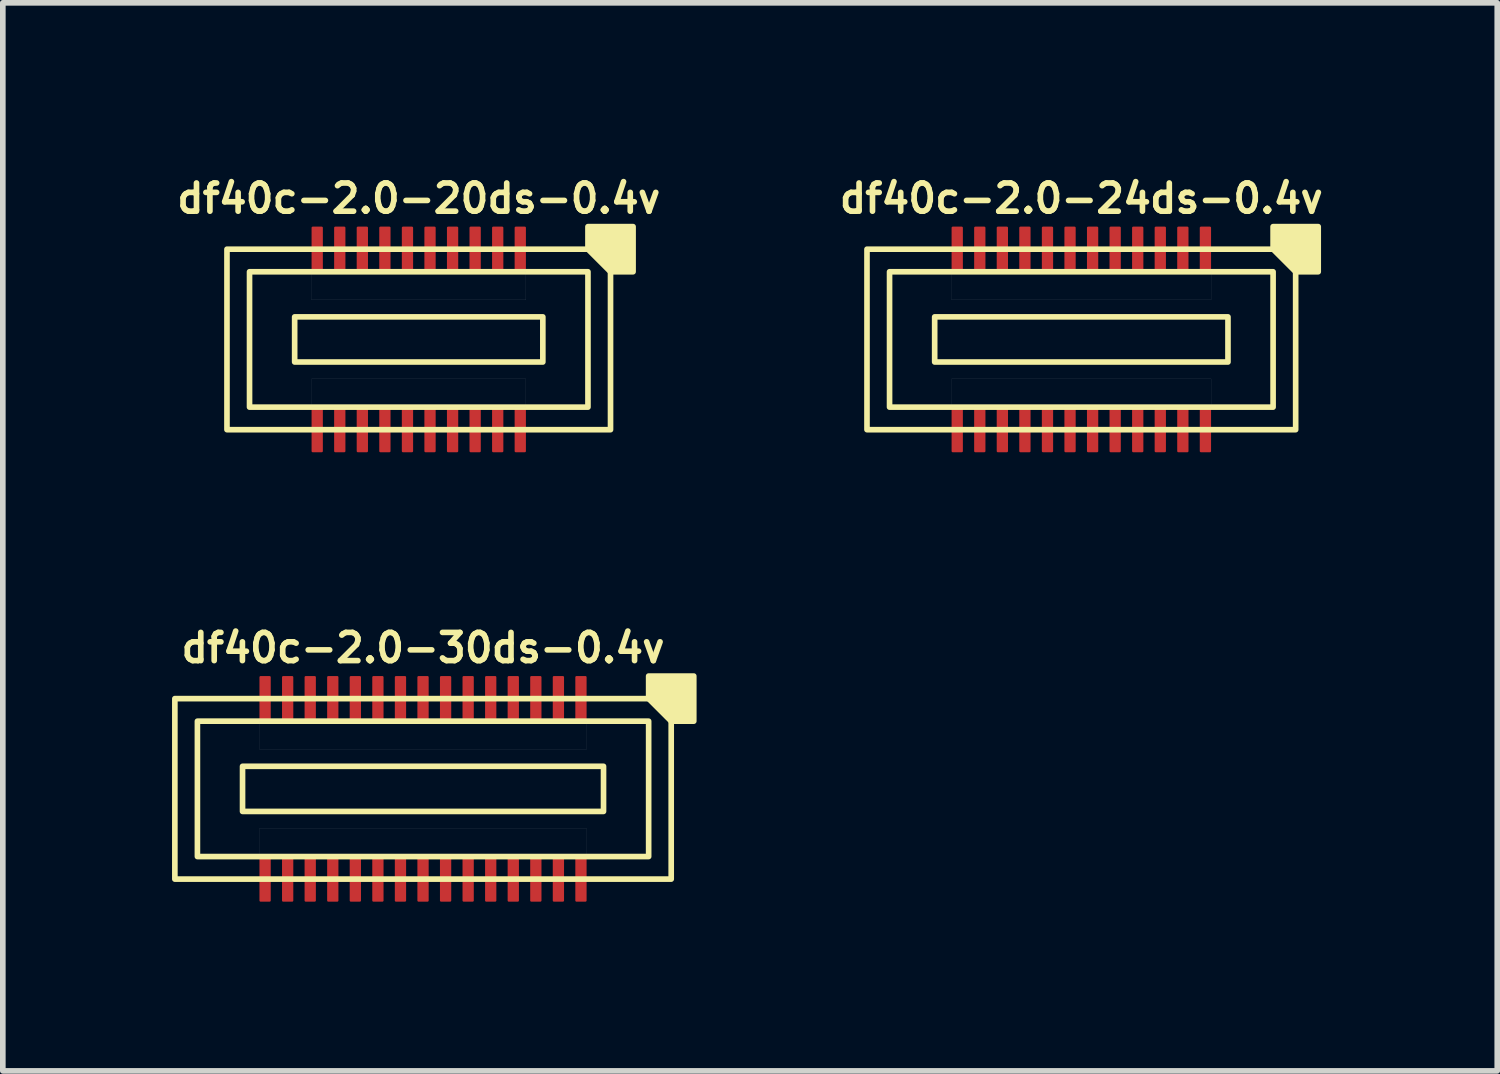
<source format=kicad_pcb>
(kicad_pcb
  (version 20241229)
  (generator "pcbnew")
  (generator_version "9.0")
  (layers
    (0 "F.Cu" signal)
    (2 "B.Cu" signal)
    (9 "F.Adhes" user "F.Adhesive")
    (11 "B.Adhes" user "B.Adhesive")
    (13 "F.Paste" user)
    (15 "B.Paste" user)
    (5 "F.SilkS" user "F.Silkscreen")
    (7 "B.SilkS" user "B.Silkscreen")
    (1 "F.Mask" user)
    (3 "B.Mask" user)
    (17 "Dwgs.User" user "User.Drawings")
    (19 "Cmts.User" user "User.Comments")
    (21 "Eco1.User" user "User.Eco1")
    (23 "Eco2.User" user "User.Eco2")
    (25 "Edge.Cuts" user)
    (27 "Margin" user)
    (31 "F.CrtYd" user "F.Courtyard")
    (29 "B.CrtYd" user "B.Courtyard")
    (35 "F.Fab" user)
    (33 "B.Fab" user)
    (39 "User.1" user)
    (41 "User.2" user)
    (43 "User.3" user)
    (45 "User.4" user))
  (footprint "df40c-2.0-24ds-0.4v"
    (layer "F.Cu")
    (at 16.121 2.968)
    (property "Reference" "df40c-2.0-24ds-0.4v" (at 0 -2.5 180) (layer "F.SilkS") (effects (font (size 0.5 0.5) (thickness 0.1))))
    (attr smd)
    (fp_rect (start -2.6 -0.4) (end 2.6 0.4) (stroke (width 0.1) (type default)) (fill no) (layer "F.SilkS"))
    (fp_rect (start 3.4 -1.2) (end -3.4 1.2) (stroke (width 0.1) (type default)) (fill no) (layer "F.SilkS"))
    (fp_rect (start 3.8 -1.6) (end -3.8 1.6) (stroke (width 0.1) (type default)) (fill no) (layer "F.SilkS"))
    (fp_poly (pts (xy 3.4 -1.6) (xy 3.4 -2) (xy 4.2 -2) (xy 4.2 -1.2) (xy 3.8 -1.2)) (stroke (width 0.1) (type solid)) (fill yes) (layer "F.SilkS"))
    (fp_poly (pts (xy -2.3 -1.2) (xy 2.3 -1.2) (xy 2.3 -0.7) (xy -2.3 -0.7)) (stroke (width 0.001) (type solid)) (fill no) (layer "Dwgs.User"))
    (fp_poly (pts (xy -2.3 0.7) (xy 2.3 0.7) (xy 2.3 1.2) (xy -2.3 1.2)) (stroke (width 0.001) (type solid)) (fill no) (layer "Dwgs.User"))
    (pad "1" smd roundrect (at 2.2 -1.6) (size 0.2 0.8) (layers "F.Cu" "F.Mask" "F.Paste") (roundrect_rratio 0.1))
    (pad "2" smd roundrect (at 2.2 1.6) (size 0.2 0.8) (layers "F.Cu" "F.Mask" "F.Paste") (roundrect_rratio 0.1))
    (pad "3" smd roundrect (at 1.8 -1.6) (size 0.2 0.8) (layers "F.Cu" "F.Mask" "F.Paste") (roundrect_rratio 0.1))
    (pad "4" smd roundrect (at 1.8 1.6) (size 0.2 0.8) (layers "F.Cu" "F.Mask" "F.Paste") (roundrect_rratio 0.1))
    (pad "5" smd roundrect (at 1.4 -1.6) (size 0.2 0.8) (layers "F.Cu" "F.Mask" "F.Paste") (roundrect_rratio 0.1))
    (pad "6" smd roundrect (at 1.4 1.6) (size 0.2 0.8) (layers "F.Cu" "F.Mask" "F.Paste") (roundrect_rratio 0.1))
    (pad "7" smd roundrect (at 1 -1.6) (size 0.2 0.8) (layers "F.Cu" "F.Mask" "F.Paste") (roundrect_rratio 0.1))
    (pad "8" smd roundrect (at 1 1.6) (size 0.2 0.8) (layers "F.Cu" "F.Mask" "F.Paste") (roundrect_rratio 0.1))
    (pad "9" smd roundrect (at 0.6 -1.6) (size 0.2 0.8) (layers "F.Cu" "F.Mask" "F.Paste") (roundrect_rratio 0.1))
    (pad "10" smd roundrect (at 0.6 1.6) (size 0.2 0.8) (layers "F.Cu" "F.Mask" "F.Paste") (roundrect_rratio 0.1))
    (pad "11" smd roundrect (at 0.2 -1.6) (size 0.2 0.8) (layers "F.Cu" "F.Mask" "F.Paste") (roundrect_rratio 0.1))
    (pad "12" smd roundrect (at 0.2 1.6) (size 0.2 0.8) (layers "F.Cu" "F.Mask" "F.Paste") (roundrect_rratio 0.1))
    (pad "13" smd roundrect (at -0.2 -1.6) (size 0.2 0.8) (layers "F.Cu" "F.Mask" "F.Paste") (roundrect_rratio 0.1))
    (pad "14" smd roundrect (at -0.2 1.6) (size 0.2 0.8) (layers "F.Cu" "F.Mask" "F.Paste") (roundrect_rratio 0.1))
    (pad "15" smd roundrect (at -0.6 -1.6) (size 0.2 0.8) (layers "F.Cu" "F.Mask" "F.Paste") (roundrect_rratio 0.1))
    (pad "16" smd roundrect (at -0.6 1.6) (size 0.2 0.8) (layers "F.Cu" "F.Mask" "F.Paste") (roundrect_rratio 0.1))
    (pad "17" smd roundrect (at -1 -1.6) (size 0.2 0.8) (layers "F.Cu" "F.Mask" "F.Paste") (roundrect_rratio 0.1))
    (pad "18" smd roundrect (at -1 1.6) (size 0.2 0.8) (layers "F.Cu" "F.Mask" "F.Paste") (roundrect_rratio 0.1))
    (pad "19" smd roundrect (at -1.4 -1.6) (size 0.2 0.8) (layers "F.Cu" "F.Mask" "F.Paste") (roundrect_rratio 0.1))
    (pad "20" smd roundrect (at -1.4 1.6) (size 0.2 0.8) (layers "F.Cu" "F.Mask" "F.Paste") (roundrect_rratio 0.1))
    (pad "21" smd roundrect (at -1.8 -1.6) (size 0.2 0.8) (layers "F.Cu" "F.Mask" "F.Paste") (roundrect_rratio 0.1))
    (pad "22" smd roundrect (at -1.8 1.6) (size 0.2 0.8) (layers "F.Cu" "F.Mask" "F.Paste") (roundrect_rratio 0.1))
    (pad "23" smd roundrect (at -2.2 -1.6) (size 0.2 0.8) (layers "F.Cu" "F.Mask" "F.Paste") (roundrect_rratio 0.1))
    (pad "24" smd roundrect (at -2.2 1.6) (size 0.2 0.8) (layers "F.Cu" "F.Mask" "F.Paste") (roundrect_rratio 0.1)))
  (footprint "df40c-2.0-20ds-0.4v"
    (layer "F.Cu")
    (at 4.374 2.968)
    (property "Reference" "df40c-2.0-20ds-0.4v" (at 0 -2.5 180) (layer "F.SilkS") (effects (font (size 0.5 0.5) (thickness 0.1))))
    (attr smd)
    (fp_rect (start -2.2 -0.4) (end 2.2 0.4) (stroke (width 0.1) (type default)) (fill no) (layer "F.SilkS"))
    (fp_rect (start 3 -1.2) (end -3 1.2) (stroke (width 0.1) (type default)) (fill no) (layer "F.SilkS"))
    (fp_rect (start 3.4 -1.6) (end -3.4 1.6) (stroke (width 0.1) (type default)) (fill no) (layer "F.SilkS"))
    (fp_poly (pts (xy 3 -1.6) (xy 3 -2) (xy 3.8 -2) (xy 3.8 -1.2) (xy 3.4 -1.2)) (stroke (width 0.1) (type solid)) (fill yes) (layer "F.SilkS"))
    (fp_poly (pts (xy -1.9 -1.2) (xy 1.9 -1.2) (xy 1.9 -0.7) (xy -1.9 -0.7)) (stroke (width 0.001) (type solid)) (fill no) (layer "Dwgs.User"))
    (fp_poly (pts (xy -1.9 0.7) (xy 1.9 0.7) (xy 1.9 1.2) (xy -1.9 1.2)) (stroke (width 0.001) (type solid)) (fill no) (layer "Dwgs.User"))
    (pad "1" smd roundrect (at 1.8 -1.6) (size 0.2 0.8) (layers "F.Cu" "F.Mask" "F.Paste") (roundrect_rratio 0.1))
    (pad "2" smd roundrect (at 1.8 1.6) (size 0.2 0.8) (layers "F.Cu" "F.Mask" "F.Paste") (roundrect_rratio 0.1))
    (pad "3" smd roundrect (at 1.4 -1.6) (size 0.2 0.8) (layers "F.Cu" "F.Mask" "F.Paste") (roundrect_rratio 0.1))
    (pad "4" smd roundrect (at 1.4 1.6) (size 0.2 0.8) (layers "F.Cu" "F.Mask" "F.Paste") (roundrect_rratio 0.1))
    (pad "5" smd roundrect (at 1 -1.6) (size 0.2 0.8) (layers "F.Cu" "F.Mask" "F.Paste") (roundrect_rratio 0.1))
    (pad "6" smd roundrect (at 1 1.6) (size 0.2 0.8) (layers "F.Cu" "F.Mask" "F.Paste") (roundrect_rratio 0.1))
    (pad "7" smd roundrect (at 0.6 -1.6) (size 0.2 0.8) (layers "F.Cu" "F.Mask" "F.Paste") (roundrect_rratio 0.1))
    (pad "8" smd roundrect (at 0.6 1.6) (size 0.2 0.8) (layers "F.Cu" "F.Mask" "F.Paste") (roundrect_rratio 0.1))
    (pad "9" smd roundrect (at 0.2 -1.6) (size 0.2 0.8) (layers "F.Cu" "F.Mask" "F.Paste") (roundrect_rratio 0.1))
    (pad "10" smd roundrect (at 0.2 1.6) (size 0.2 0.8) (layers "F.Cu" "F.Mask" "F.Paste") (roundrect_rratio 0.1))
    (pad "11" smd roundrect (at -0.2 -1.6) (size 0.2 0.8) (layers "F.Cu" "F.Mask" "F.Paste") (roundrect_rratio 0.1))
    (pad "12" smd roundrect (at -0.2 1.6) (size 0.2 0.8) (layers "F.Cu" "F.Mask" "F.Paste") (roundrect_rratio 0.1))
    (pad "13" smd roundrect (at -0.6 -1.6) (size 0.2 0.8) (layers "F.Cu" "F.Mask" "F.Paste") (roundrect_rratio 0.1))
    (pad "14" smd roundrect (at -0.6 1.6) (size 0.2 0.8) (layers "F.Cu" "F.Mask" "F.Paste") (roundrect_rratio 0.1))
    (pad "15" smd roundrect (at -1 -1.6) (size 0.2 0.8) (layers "F.Cu" "F.Mask" "F.Paste") (roundrect_rratio 0.1))
    (pad "16" smd roundrect (at -1 1.6) (size 0.2 0.8) (layers "F.Cu" "F.Mask" "F.Paste") (roundrect_rratio 0.1))
    (pad "17" smd roundrect (at -1.4 -1.6) (size 0.2 0.8) (layers "F.Cu" "F.Mask" "F.Paste") (roundrect_rratio 0.1))
    (pad "18" smd roundrect (at -1.4 1.6) (size 0.2 0.8) (layers "F.Cu" "F.Mask" "F.Paste") (roundrect_rratio 0.1))
    (pad "19" smd roundrect (at -1.8 -1.6) (size 0.2 0.8) (layers "F.Cu" "F.Mask" "F.Paste") (roundrect_rratio 0.1))
    (pad "20" smd roundrect (at -1.8 1.6) (size 0.2 0.8) (layers "F.Cu" "F.Mask" "F.Paste") (roundrect_rratio 0.1)))
  (footprint "df40c-2.0-30ds-0.4v"
    (layer "F.Cu")
    (at 4.45 10.936)
    (property "Reference" "df40c-2.0-30ds-0.4v" (at 0 -2.5 180) (layer "F.SilkS") (effects (font (size 0.5 0.5) (thickness 0.1))))
    (attr smd)
    (fp_rect (start -3.2 -0.4) (end 3.2 0.4) (stroke (width 0.1) (type default)) (fill no) (layer "F.SilkS"))
    (fp_rect (start 4 -1.2) (end -4 1.2) (stroke (width 0.1) (type default)) (fill no) (layer "F.SilkS"))
    (fp_rect (start 4.4 -1.6) (end -4.4 1.6) (stroke (width 0.1) (type default)) (fill no) (layer "F.SilkS"))
    (fp_poly (pts (xy 4 -1.6) (xy 4 -2) (xy 4.8 -2) (xy 4.8 -1.2) (xy 4.4 -1.2)) (stroke (width 0.1) (type solid)) (fill yes) (layer "F.SilkS"))
    (fp_poly (pts (xy -2.9 -1.2) (xy 2.9 -1.2) (xy 2.9 -0.7) (xy -2.9 -0.7)) (stroke (width 0.001) (type solid)) (fill no) (layer "Dwgs.User"))
    (fp_poly (pts (xy -2.9 0.7) (xy 2.9 0.7) (xy 2.9 1.2) (xy -2.9 1.2)) (stroke (width 0.001) (type solid)) (fill no) (layer "Dwgs.User"))
    (pad "1" smd roundrect (at 2.8 -1.6) (size 0.2 0.8) (layers "F.Cu" "F.Mask" "F.Paste") (roundrect_rratio 0.1))
    (pad "2" smd roundrect (at 2.8 1.6) (size 0.2 0.8) (layers "F.Cu" "F.Mask" "F.Paste") (roundrect_rratio 0.1))
    (pad "3" smd roundrect (at 2.4 -1.6) (size 0.2 0.8) (layers "F.Cu" "F.Mask" "F.Paste") (roundrect_rratio 0.1))
    (pad "4" smd roundrect (at 2.4 1.6) (size 0.2 0.8) (layers "F.Cu" "F.Mask" "F.Paste") (roundrect_rratio 0.1))
    (pad "5" smd roundrect (at 2 -1.6) (size 0.2 0.8) (layers "F.Cu" "F.Mask" "F.Paste") (roundrect_rratio 0.1))
    (pad "6" smd roundrect (at 2 1.6) (size 0.2 0.8) (layers "F.Cu" "F.Mask" "F.Paste") (roundrect_rratio 0.1))
    (pad "7" smd roundrect (at 1.6 -1.6) (size 0.2 0.8) (layers "F.Cu" "F.Mask" "F.Paste") (roundrect_rratio 0.1))
    (pad "8" smd roundrect (at 1.6 1.6) (size 0.2 0.8) (layers "F.Cu" "F.Mask" "F.Paste") (roundrect_rratio 0.1))
    (pad "9" smd roundrect (at 1.2 -1.6) (size 0.2 0.8) (layers "F.Cu" "F.Mask" "F.Paste") (roundrect_rratio 0.1))
    (pad "10" smd roundrect (at 1.2 1.6) (size 0.2 0.8) (layers "F.Cu" "F.Mask" "F.Paste") (roundrect_rratio 0.1))
    (pad "11" smd roundrect (at 0.8 -1.6) (size 0.2 0.8) (layers "F.Cu" "F.Mask" "F.Paste") (roundrect_rratio 0.1))
    (pad "12" smd roundrect (at 0.8 1.6) (size 0.2 0.8) (layers "F.Cu" "F.Mask" "F.Paste") (roundrect_rratio 0.1))
    (pad "13" smd roundrect (at 0.4 -1.6) (size 0.2 0.8) (layers "F.Cu" "F.Mask" "F.Paste") (roundrect_rratio 0.1))
    (pad "14" smd roundrect (at 0.4 1.6) (size 0.2 0.8) (layers "F.Cu" "F.Mask" "F.Paste") (roundrect_rratio 0.1))
    (pad "15" smd roundrect (at 0 -1.6) (size 0.2 0.8) (layers "F.Cu" "F.Mask" "F.Paste") (roundrect_rratio 0.1))
    (pad "16" smd roundrect (at 0 1.6) (size 0.2 0.8) (layers "F.Cu" "F.Mask" "F.Paste") (roundrect_rratio 0.1))
    (pad "17" smd roundrect (at -0.4 -1.6) (size 0.2 0.8) (layers "F.Cu" "F.Mask" "F.Paste") (roundrect_rratio 0.1))
    (pad "18" smd roundrect (at -0.4 1.6) (size 0.2 0.8) (layers "F.Cu" "F.Mask" "F.Paste") (roundrect_rratio 0.1))
    (pad "19" smd roundrect (at -0.8 -1.6) (size 0.2 0.8) (layers "F.Cu" "F.Mask" "F.Paste") (roundrect_rratio 0.1))
    (pad "20" smd roundrect (at -0.8 1.6) (size 0.2 0.8) (layers "F.Cu" "F.Mask" "F.Paste") (roundrect_rratio 0.1))
    (pad "21" smd roundrect (at -1.2 -1.6) (size 0.2 0.8) (layers "F.Cu" "F.Mask" "F.Paste") (roundrect_rratio 0.1))
    (pad "22" smd roundrect (at -1.2 1.6) (size 0.2 0.8) (layers "F.Cu" "F.Mask" "F.Paste") (roundrect_rratio 0.1))
    (pad "23" smd roundrect (at -1.6 -1.6) (size 0.2 0.8) (layers "F.Cu" "F.Mask" "F.Paste") (roundrect_rratio 0.1))
    (pad "24" smd roundrect (at -1.6 1.6) (size 0.2 0.8) (layers "F.Cu" "F.Mask" "F.Paste") (roundrect_rratio 0.1))
    (pad "25" smd roundrect (at -2 -1.6) (size 0.2 0.8) (layers "F.Cu" "F.Mask" "F.Paste") (roundrect_rratio 0.1))
    (pad "26" smd roundrect (at -2 1.6) (size 0.2 0.8) (layers "F.Cu" "F.Mask" "F.Paste") (roundrect_rratio 0.1))
    (pad "27" smd roundrect (at -2.4 -1.6) (size 0.2 0.8) (layers "F.Cu" "F.Mask" "F.Paste") (roundrect_rratio 0.1))
    (pad "28" smd roundrect (at -2.4 1.6) (size 0.2 0.8) (layers "F.Cu" "F.Mask" "F.Paste") (roundrect_rratio 0.1))
    (pad "29" smd roundrect (at -2.8 -1.6) (size 0.2 0.8) (layers "F.Cu" "F.Mask" "F.Paste") (roundrect_rratio 0.1))
    (pad "30" smd roundrect (at -2.8 1.6) (size 0.2 0.8) (layers "F.Cu" "F.Mask" "F.Paste") (roundrect_rratio 0.1)))
  (gr_rect
    (start -3 -3)
    (end 23.495 15.936)
    (stroke (width 0.1) (type default))
    (fill no)
    (layer "Edge.Cuts")))
</source>
